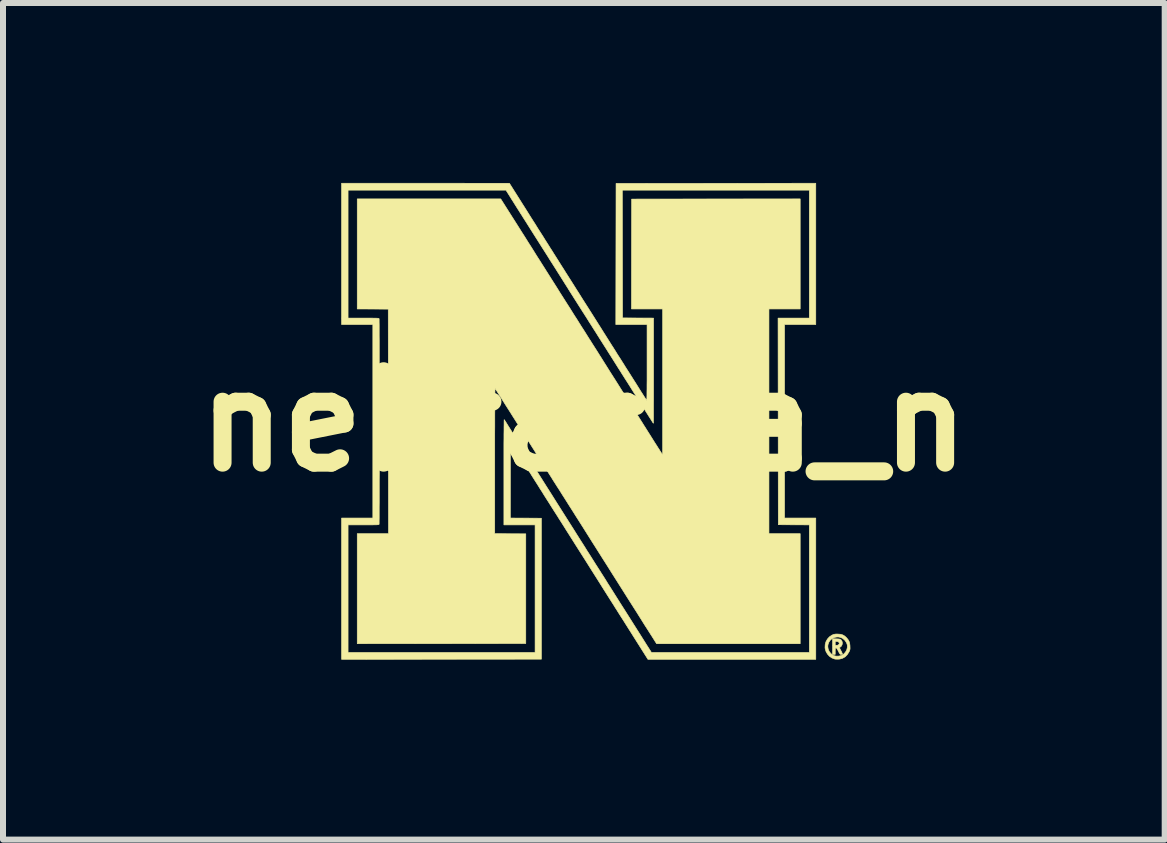
<source format=kicad_pcb>
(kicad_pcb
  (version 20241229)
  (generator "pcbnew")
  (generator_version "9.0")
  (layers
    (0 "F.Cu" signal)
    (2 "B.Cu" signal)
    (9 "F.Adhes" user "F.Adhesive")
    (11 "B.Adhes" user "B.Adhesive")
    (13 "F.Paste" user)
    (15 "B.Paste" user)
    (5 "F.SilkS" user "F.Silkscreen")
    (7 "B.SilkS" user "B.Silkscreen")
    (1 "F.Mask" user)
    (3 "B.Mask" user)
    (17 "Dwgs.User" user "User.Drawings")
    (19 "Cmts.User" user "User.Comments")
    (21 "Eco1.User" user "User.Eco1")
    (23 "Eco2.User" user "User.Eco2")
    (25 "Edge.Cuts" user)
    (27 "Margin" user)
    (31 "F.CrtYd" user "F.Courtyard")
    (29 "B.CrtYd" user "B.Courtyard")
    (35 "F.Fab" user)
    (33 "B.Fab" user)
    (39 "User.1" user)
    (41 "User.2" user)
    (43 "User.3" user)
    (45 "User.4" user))
  (footprint "nebraska_n"
    (layer "F.Cu")
    (at 6.684 3.974)
    (property "Reference" "nebraska_n" (at 0 0 0) (layer "F.SilkS") (effects (font (size 1.524 1.524) (thickness 0.3))))
    (attr through_hole)
    (fp_poly (pts (xy 4.21 3.627) (xy 4.239 3.628) (xy 4.259 3.63) (xy 4.272 3.633) (xy 4.282 3.638) (xy 4.29 3.646) (xy 4.305 3.669) (xy 4.31 3.696) (xy 4.306 3.724) (xy 4.293 3.749) (xy 4.277 3.763) (xy 4.261 3.773) (xy 4.286 3.823) (xy 4.298 3.846) (xy 4.306 3.865) (xy 4.311 3.877) (xy 4.312 3.88) (xy 4.306 3.884) (xy 4.293 3.886) (xy 4.291 3.886) (xy 4.281 3.886) (xy 4.273 3.882) (xy 4.266 3.874) (xy 4.256 3.858) (xy 4.244 3.834) (xy 4.243 3.832) (xy 4.229 3.805) (xy 4.218 3.788) (xy 4.21 3.78) (xy 4.204 3.778) (xy 4.198 3.779) (xy 4.194 3.784) (xy 4.192 3.795) (xy 4.191 3.814) (xy 4.191 3.832) (xy 4.191 3.886) (xy 4.147 3.886) (xy 4.147 3.67) (xy 4.191 3.67) (xy 4.191 3.734) (xy 4.216 3.734) (xy 4.235 3.732) (xy 4.247 3.724) (xy 4.252 3.718) (xy 4.259 3.705) (xy 4.258 3.696) (xy 4.252 3.686) (xy 4.241 3.675) (xy 4.226 3.671) (xy 4.216 3.67) (xy 4.191 3.67) (xy 4.147 3.67) (xy 4.147 3.625) (xy 4.21 3.627)) (stroke (width 0.01) (type solid)) (fill yes) (layer "F.SilkS"))
    (fp_poly (pts (xy 4.276 3.55) (xy 4.316 3.561) (xy 4.35 3.581) (xy 4.378 3.607) (xy 4.404 3.638) (xy 4.422 3.669) (xy 4.432 3.702) (xy 4.437 3.742) (xy 4.437 3.748) (xy 4.438 3.776) (xy 4.438 3.796) (xy 4.434 3.812) (xy 4.428 3.829) (xy 4.421 3.844) (xy 4.392 3.89) (xy 4.357 3.926) (xy 4.315 3.95) (xy 4.267 3.964) (xy 4.242 3.966) (xy 4.217 3.966) (xy 4.194 3.965) (xy 4.181 3.963) (xy 4.135 3.945) (xy 4.094 3.917) (xy 4.061 3.88) (xy 4.037 3.838) (xy 4.023 3.79) (xy 4.021 3.774) (xy 4.022 3.756) (xy 4.067 3.756) (xy 4.074 3.799) (xy 4.091 3.838) (xy 4.118 3.872) (xy 4.152 3.898) (xy 4.174 3.908) (xy 4.206 3.915) (xy 4.242 3.915) (xy 4.278 3.909) (xy 4.302 3.9) (xy 4.338 3.876) (xy 4.365 3.844) (xy 4.384 3.808) (xy 4.393 3.769) (xy 4.392 3.729) (xy 4.382 3.698) (xy 4.37 3.677) (xy 4.354 3.655) (xy 4.347 3.646) (xy 4.315 3.619) (xy 4.278 3.602) (xy 4.24 3.595) (xy 4.202 3.598) (xy 4.165 3.609) (xy 4.132 3.628) (xy 4.104 3.654) (xy 4.083 3.687) (xy 4.07 3.726) (xy 4.067 3.756) (xy 4.022 3.756) (xy 4.023 3.724) (xy 4.036 3.676) (xy 4.06 3.632) (xy 4.093 3.595) (xy 4.133 3.567) (xy 4.139 3.564) (xy 4.16 3.555) (xy 4.179 3.55) (xy 4.2 3.547) (xy 4.229 3.547) (xy 4.276 3.55)) (stroke (width 0.01) (type solid)) (fill yes) (layer "F.SilkS"))
    (fp_poly (pts (xy 3.607 -1.873) (xy 3.086 -1.873) (xy 3.086 1.873) (xy 3.607 1.873) (xy 3.607 3.708) (xy 1.213 3.708) (xy 1.19 3.672) (xy 1.183 3.661) (xy 1.17 3.64) (xy 1.151 3.61) (xy 1.127 3.572) (xy 1.098 3.527) (xy 1.066 3.476) (xy 1.029 3.419) (xy 0.99 3.357) (xy 0.949 3.291) (xy 0.906 3.223) (xy 0.88 3.181) (xy 0.828 3.1) (xy 0.773 3.013) (xy 0.715 2.922) (xy 0.656 2.828) (xy 0.597 2.735) (xy 0.539 2.643) (xy 0.483 2.555) (xy 0.431 2.472) (xy 0.384 2.397) (xy 0.356 2.353) (xy 0.31 2.281) (xy 0.259 2.2) (xy 0.204 2.113) (xy 0.146 2.022) (xy 0.087 1.928) (xy 0.028 1.834) (xy -0.03 1.742) (xy -0.085 1.655) (xy -0.137 1.574) (xy -0.148 1.556) (xy -0.19 1.489) (xy -0.231 1.425) (xy -0.269 1.365) (xy -0.304 1.309) (xy -0.336 1.259) (xy -0.364 1.215) (xy -0.387 1.178) (xy -0.405 1.149) (xy -0.418 1.129) (xy -0.425 1.119) (xy -0.426 1.118) (xy -0.429 1.113) (xy -0.434 1.104) (xy -0.443 1.091) (xy -0.455 1.072) (xy -0.47 1.048) (xy -0.49 1.017) (xy -0.513 0.981) (xy -0.54 0.937) (xy -0.572 0.887) (xy -0.609 0.829) (xy -0.65 0.763) (xy -0.697 0.689) (xy -0.749 0.606) (xy -0.807 0.515) (xy -0.871 0.414) (xy -0.941 0.303) (xy -1.017 0.182) (xy -1.066 0.105) (xy -1.131 0.001) (xy -1.19 -0.092) (xy -1.242 -0.175) (xy -1.289 -0.248) (xy -1.33 -0.313) (xy -1.365 -0.369) (xy -1.395 -0.416) (xy -1.42 -0.455) (xy -1.44 -0.487) (xy -1.456 -0.512) (xy -1.468 -0.53) (xy -1.476 -0.542) (xy -1.48 -0.548) (xy -1.48 -0.549) (xy -1.481 -0.543) (xy -1.482 -0.526) (xy -1.482 -0.496) (xy -1.483 -0.456) (xy -1.483 -0.405) (xy -1.484 -0.344) (xy -1.484 -0.274) (xy -1.484 -0.194) (xy -1.485 -0.107) (xy -1.485 -0.012) (xy -1.485 0.091) (xy -1.486 0.2) (xy -1.486 0.315) (xy -1.486 0.436) (xy -1.486 0.562) (xy -1.486 0.659) (xy -1.486 1.873) (xy -1.227 1.875) (xy -0.968 1.876) (xy -0.968 3.705) (xy -2.373 3.707) (xy -3.778 3.708) (xy -3.778 1.873) (xy -3.257 1.873) (xy -3.259 0.002) (xy -3.261 -1.87) (xy -3.519 -1.872) (xy -3.778 -1.873) (xy -3.778 -3.708) (xy -2.582 -3.708) (xy -1.386 -3.708) (xy -1.329 -3.618) (xy -1.253 -3.498) (xy -1.18 -3.383) (xy -1.11 -3.273) (xy -1.044 -3.168) (xy -0.982 -3.071) (xy -0.926 -2.981) (xy -0.874 -2.9) (xy -0.829 -2.828) (xy -0.81 -2.797) (xy -0.773 -2.738) (xy -0.736 -2.681) (xy -0.701 -2.625) (xy -0.664 -2.567) (xy -0.627 -2.508) (xy -0.587 -2.445) (xy -0.545 -2.378) (xy -0.499 -2.306) (xy -0.449 -2.227) (xy -0.395 -2.14) (xy -0.334 -2.044) (xy -0.306 -2) (xy -0.268 -1.94) (xy -0.228 -1.878) (xy -0.189 -1.815) (xy -0.15 -1.753) (xy -0.113 -1.696) (xy -0.08 -1.643) (xy -0.052 -1.598) (xy -0.033 -1.568) (xy -0.003 -1.522) (xy 0.028 -1.473) (xy 0.059 -1.423) (xy 0.088 -1.377) (xy 0.114 -1.337) (xy 0.13 -1.311) (xy 0.153 -1.275) (xy 0.181 -1.231) (xy 0.211 -1.184) (xy 0.242 -1.135) (xy 0.271 -1.088) (xy 0.281 -1.073) (xy 0.336 -0.985) (xy 0.392 -0.896) (xy 0.449 -0.805) (xy 0.51 -0.71) (xy 0.575 -0.607) (xy 0.625 -0.527) (xy 0.658 -0.476) (xy 0.693 -0.42) (xy 0.73 -0.361) (xy 0.769 -0.3) (xy 0.808 -0.238) (xy 0.847 -0.177) (xy 0.884 -0.118) (xy 0.92 -0.062) (xy 0.952 -0.011) (xy 0.981 0.035) (xy 1.004 0.072) (xy 1.023 0.101) (xy 1.029 0.111) (xy 1.059 0.159) (xy 1.09 0.208) (xy 1.121 0.257) (xy 1.151 0.305) (xy 1.179 0.35) (xy 1.205 0.39) (xy 1.226 0.423) (xy 1.242 0.449) (xy 1.25 0.46) (xy 1.266 0.486) (xy 1.282 0.511) (xy 1.295 0.531) (xy 1.296 0.533) (xy 1.314 0.561) (xy 1.314 -1.873) (xy 0.794 -1.873) (xy 0.795 -2.789) (xy 0.797 -3.705) (xy 2.202 -3.707) (xy 3.607 -3.708) (xy 3.607 -1.873)) (stroke (width 0.01) (type solid)) (fill yes) (layer "F.SilkS"))
    (fp_poly (pts (xy 3.867 -1.613) (xy 3.346 -1.613) (xy 3.346 1.613) (xy 3.867 1.613) (xy 3.867 3.969) (xy 1.069 3.969) (xy 0.829 3.589) (xy 0.789 3.525) (xy 0.75 3.464) (xy 0.713 3.405) (xy 0.679 3.351) (xy 0.648 3.302) (xy 0.621 3.26) (xy 0.598 3.224) (xy 0.581 3.197) (xy 0.569 3.178) (xy 0.565 3.172) (xy 0.557 3.158) (xy 0.542 3.135) (xy 0.522 3.104) (xy 0.499 3.066) (xy 0.472 3.024) (xy 0.442 2.977) (xy 0.411 2.928) (xy 0.403 2.915) (xy 0.337 2.811) (xy 0.272 2.707) (xy 0.207 2.604) (xy 0.143 2.503) (xy 0.08 2.403) (xy 0.019 2.306) (xy -0.041 2.212) (xy -0.098 2.122) (xy -0.152 2.037) (xy -0.203 1.956) (xy -0.251 1.88) (xy -0.295 1.811) (xy -0.334 1.748) (xy -0.369 1.693) (xy -0.399 1.646) (xy -0.424 1.607) (xy -0.442 1.577) (xy -0.455 1.558) (xy -0.46 1.549) (xy -0.468 1.537) (xy -0.482 1.515) (xy -0.502 1.484) (xy -0.526 1.446) (xy -0.555 1.4) (xy -0.587 1.349) (xy -0.623 1.293) (xy -0.661 1.233) (xy -0.7 1.17) (xy -0.728 1.127) (xy -0.77 1.059) (xy -0.814 0.99) (xy -0.857 0.922) (xy -0.898 0.856) (xy -0.938 0.794) (xy -0.974 0.736) (xy -1.007 0.685) (xy -1.035 0.64) (xy -1.057 0.605) (xy -1.063 0.596) (xy -1.09 0.553) (xy -1.117 0.511) (xy -1.142 0.472) (xy -1.163 0.438) (xy -1.181 0.41) (xy -1.192 0.392) (xy -1.225 0.34) (xy -1.225 0.976) (xy -1.226 1.613) (xy -0.967 1.614) (xy -0.708 1.616) (xy -0.708 3.966) (xy -2.373 3.967) (xy -4.039 3.969) (xy -4.039 1.613) (xy -3.518 1.613) (xy -3.518 -1.613) (xy -4.039 -1.613) (xy -4.039 -3.854) (xy -3.931 -3.854) (xy -3.931 -1.721) (xy -3.674 -1.721) (xy -3.61 -1.721) (xy -3.557 -1.721) (xy -3.515 -1.72) (xy -3.481 -1.72) (xy -3.456 -1.719) (xy -3.438 -1.718) (xy -3.426 -1.717) (xy -3.419 -1.715) (xy -3.415 -1.713) (xy -3.414 -1.711) (xy -3.413 -1.704) (xy -3.413 -1.684) (xy -3.413 -1.654) (xy -3.412 -1.612) (xy -3.412 -1.56) (xy -3.412 -1.499) (xy -3.412 -1.429) (xy -3.411 -1.351) (xy -3.411 -1.265) (xy -3.411 -1.172) (xy -3.411 -1.072) (xy -3.411 -0.967) (xy -3.41 -0.857) (xy -3.41 -0.743) (xy -3.41 -0.624) (xy -3.41 -0.503) (xy -3.41 -0.379) (xy -3.41 -0.253) (xy -3.41 -0.125) (xy -3.41 0.002) (xy -3.41 0.13) (xy -3.41 0.258) (xy -3.41 0.384) (xy -3.41 0.508) (xy -3.41 0.629) (xy -3.41 0.748) (xy -3.41 0.862) (xy -3.411 0.973) (xy -3.411 1.078) (xy -3.411 1.177) (xy -3.411 1.27) (xy -3.411 1.356) (xy -3.412 1.435) (xy -3.412 1.505) (xy -3.412 1.566) (xy -3.412 1.618) (xy -3.413 1.66) (xy -3.413 1.69) (xy -3.413 1.71) (xy -3.414 1.717) (xy -3.414 1.717) (xy -3.416 1.72) (xy -3.421 1.722) (xy -3.429 1.723) (xy -3.443 1.725) (xy -3.463 1.726) (xy -3.491 1.726) (xy -3.526 1.727) (xy -3.572 1.727) (xy -3.628 1.727) (xy -3.674 1.727) (xy -3.931 1.727) (xy -3.931 3.854) (xy -0.813 3.854) (xy -0.813 1.727) (xy -1.333 1.727) (xy -1.333 0.846) (xy -1.333 0.742) (xy -1.333 0.641) (xy -1.333 0.544) (xy -1.333 0.453) (xy -1.333 0.367) (xy -1.332 0.288) (xy -1.332 0.216) (xy -1.331 0.151) (xy -1.331 0.096) (xy -1.33 0.05) (xy -1.33 0.014) (xy -1.329 -0.012) (xy -1.329 -0.026) (xy -1.328 -0.028) (xy -1.323 -0.021) (xy -1.312 -0.005) (xy -1.298 0.017) (xy -1.282 0.043) (xy -1.281 0.044) (xy -1.268 0.066) (xy -1.253 0.089) (xy -1.237 0.115) (xy -1.218 0.145) (xy -1.197 0.179) (xy -1.172 0.218) (xy -1.144 0.263) (xy -1.111 0.316) (xy -1.072 0.376) (xy -1.029 0.445) (xy -0.978 0.524) (xy -0.975 0.53) (xy -0.939 0.587) (xy -0.898 0.651) (xy -0.854 0.721) (xy -0.808 0.794) (xy -0.762 0.867) (xy -0.717 0.938) (xy -0.676 1.003) (xy -0.664 1.022) (xy -0.63 1.076) (xy -0.59 1.139) (xy -0.546 1.208) (xy -0.499 1.283) (xy -0.45 1.361) (xy -0.4 1.44) (xy -0.35 1.519) (xy -0.302 1.595) (xy -0.26 1.661) (xy -0.217 1.729) (xy -0.173 1.798) (xy -0.13 1.867) (xy -0.087 1.935) (xy -0.046 2) (xy -0.008 2.059) (xy 0.026 2.113) (xy 0.055 2.16) (xy 0.079 2.197) (xy 0.083 2.203) (xy 0.127 2.273) (xy 0.165 2.333) (xy 0.197 2.384) (xy 0.224 2.426) (xy 0.245 2.459) (xy 0.262 2.485) (xy 0.274 2.504) (xy 0.277 2.508) (xy 0.283 2.518) (xy 0.295 2.538) (xy 0.313 2.565) (xy 0.335 2.6) (xy 0.361 2.641) (xy 0.389 2.687) (xy 0.42 2.736) (xy 0.443 2.772) (xy 0.481 2.832) (xy 0.521 2.896) (xy 0.564 2.964) (xy 0.606 3.031) (xy 0.647 3.095) (xy 0.684 3.153) (xy 0.716 3.204) (xy 0.718 3.207) (xy 0.831 3.386) (xy 0.94 3.558) (xy 1.046 3.727) (xy 1.066 3.758) (xy 1.127 3.854) (xy 3.759 3.854) (xy 3.759 2.791) (xy 3.759 1.727) (xy 3.5 1.726) (xy 3.242 1.724) (xy 3.24 0.002) (xy 3.238 -1.721) (xy 3.499 -1.721) (xy 3.759 -1.721) (xy 3.759 -3.854) (xy 2.2 -3.854) (xy 0.641 -3.854) (xy 0.643 -2.789) (xy 0.645 -1.724) (xy 0.903 -1.722) (xy 1.162 -1.721) (xy 1.162 -0.844) (xy 1.162 -0.74) (xy 1.162 -0.639) (xy 1.162 -0.543) (xy 1.162 -0.451) (xy 1.162 -0.365) (xy 1.161 -0.286) (xy 1.161 -0.213) (xy 1.161 -0.149) (xy 1.161 -0.093) (xy 1.161 -0.047) (xy 1.16 -0.011) (xy 1.16 0.015) (xy 1.16 0.029) (xy 1.159 0.032) (xy 1.159 0.031) (xy 1.157 0.03) (xy 1.155 0.027) (xy 1.151 0.022) (xy 1.145 0.013) (xy 1.137 0.000135) (xy 1.126 -0.017) (xy 1.112 -0.04) (xy 1.093 -0.069) (xy 1.071 -0.104) (xy 1.043 -0.148) (xy 1.011 -0.199) (xy 0.973 -0.26) (xy 0.928 -0.33) (xy 0.91 -0.359) (xy 0.874 -0.416) (xy 0.835 -0.477) (xy 0.796 -0.539) (xy 0.758 -0.6) (xy 0.722 -0.657) (xy 0.689 -0.708) (xy 0.662 -0.751) (xy 0.657 -0.759) (xy 0.637 -0.79) (xy 0.612 -0.831) (xy 0.58 -0.88) (xy 0.545 -0.936) (xy 0.506 -0.998) (xy 0.464 -1.065) (xy 0.42 -1.134) (xy 0.375 -1.206) (xy 0.329 -1.278) (xy 0.284 -1.349) (xy 0.241 -1.417) (xy 0.2 -1.483) (xy 0.16 -1.545) (xy 0.124 -1.603) (xy 0.09 -1.655) (xy 0.061 -1.702) (xy 0.036 -1.742) (xy 0.015 -1.774) (xy 0.001 -1.797) (xy -0.008 -1.811) (xy -0.01 -1.813) (xy -0.017 -1.824) (xy -0.03 -1.845) (xy -0.049 -1.875) (xy -0.072 -1.911) (xy -0.1 -1.955) (xy -0.13 -2.003) (xy -0.164 -2.056) (xy -0.199 -2.112) (xy -0.223 -2.149) (xy -0.272 -2.228) (xy -0.317 -2.299) (xy -0.357 -2.363) (xy -0.394 -2.422) (xy -0.429 -2.477) (xy -0.463 -2.531) (xy -0.497 -2.585) (xy -0.532 -2.64) (xy -0.569 -2.698) (xy -0.608 -2.761) (xy -0.652 -2.83) (xy -0.701 -2.907) (xy -0.74 -2.969) (xy -0.796 -3.057) (xy -0.846 -3.136) (xy -0.89 -3.206) (xy -0.928 -3.266) (xy -0.961 -3.319) (xy -0.99 -3.364) (xy -1.015 -3.403) (xy -1.035 -3.436) (xy -1.053 -3.463) (xy -1.067 -3.486) (xy -1.079 -3.505) (xy -1.089 -3.521) (xy -1.098 -3.534) (xy -1.105 -3.546) (xy -1.112 -3.556) (xy -1.124 -3.576) (xy -1.142 -3.604) (xy -1.163 -3.638) (xy -1.187 -3.676) (xy -1.212 -3.715) (xy -1.22 -3.729) (xy -1.299 -3.854) (xy -2.615 -3.854) (xy -3.931 -3.854) (xy -4.039 -3.854) (xy -4.039 -3.969) (xy -2.64 -3.969) (xy -1.241 -3.968) (xy -1.073 -3.702) (xy -1.033 -3.638) (xy -0.989 -3.569) (xy -0.943 -3.496) (xy -0.897 -3.422) (xy -0.852 -3.351) (xy -0.809 -3.284) (xy -0.772 -3.224) (xy -0.76 -3.205) (xy -0.723 -3.147) (xy -0.683 -3.085) (xy -0.643 -3.02) (xy -0.602 -2.956) (xy -0.564 -2.895) (xy -0.529 -2.841) (xy -0.502 -2.797) (xy -0.481 -2.764) (xy -0.453 -2.72) (xy -0.421 -2.669) (xy -0.384 -2.61) (xy -0.343 -2.546) (xy -0.3 -2.477) (xy -0.254 -2.405) (xy -0.207 -2.331) (xy -0.159 -2.255) (xy -0.112 -2.18) (xy -0.098 -2.159) (xy -0.02 -2.034) (xy 0.053 -1.92) (xy 0.119 -1.816) (xy 0.179 -1.721) (xy 0.233 -1.635) (xy 0.282 -1.558) (xy 0.325 -1.489) (xy 0.363 -1.429) (xy 0.397 -1.375) (xy 0.426 -1.329) (xy 0.451 -1.289) (xy 0.472 -1.256) (xy 0.486 -1.235) (xy 0.501 -1.211) (xy 0.522 -1.178) (xy 0.547 -1.137) (xy 0.576 -1.091) (xy 0.608 -1.042) (xy 0.64 -0.991) (xy 0.673 -0.939) (xy 0.676 -0.933) (xy 0.712 -0.876) (xy 0.752 -0.814) (xy 0.793 -0.749) (xy 0.834 -0.684) (xy 0.873 -0.623) (xy 0.907 -0.568) (xy 0.929 -0.533) (xy 0.956 -0.49) (xy 0.982 -0.45) (xy 1.004 -0.415) (xy 1.023 -0.386) (xy 1.037 -0.364) (xy 1.046 -0.35) (xy 1.049 -0.346) (xy 1.049 -0.352) (xy 1.05 -0.369) (xy 1.051 -0.398) (xy 1.052 -0.437) (xy 1.052 -0.485) (xy 1.053 -0.543) (xy 1.053 -0.609) (xy 1.054 -0.683) (xy 1.054 -0.764) (xy 1.054 -0.851) (xy 1.054 -0.943) (xy 1.054 -0.977) (xy 1.054 -1.613) (xy 0.794 -1.613) (xy 0.533 -1.613) (xy 0.535 -2.789) (xy 0.537 -3.966) (xy 2.202 -3.967) (xy 3.867 -3.969) (xy 3.867 -1.613)) (stroke (width 0.01) (type solid)) (fill yes) (layer "F.SilkS")))
  (gr_rect
    (start -3 -3)
    (end 16.368 10.948)
    (stroke (width 0.1) (type default))
    (fill no)
    (layer "Edge.Cuts")))
</source>
